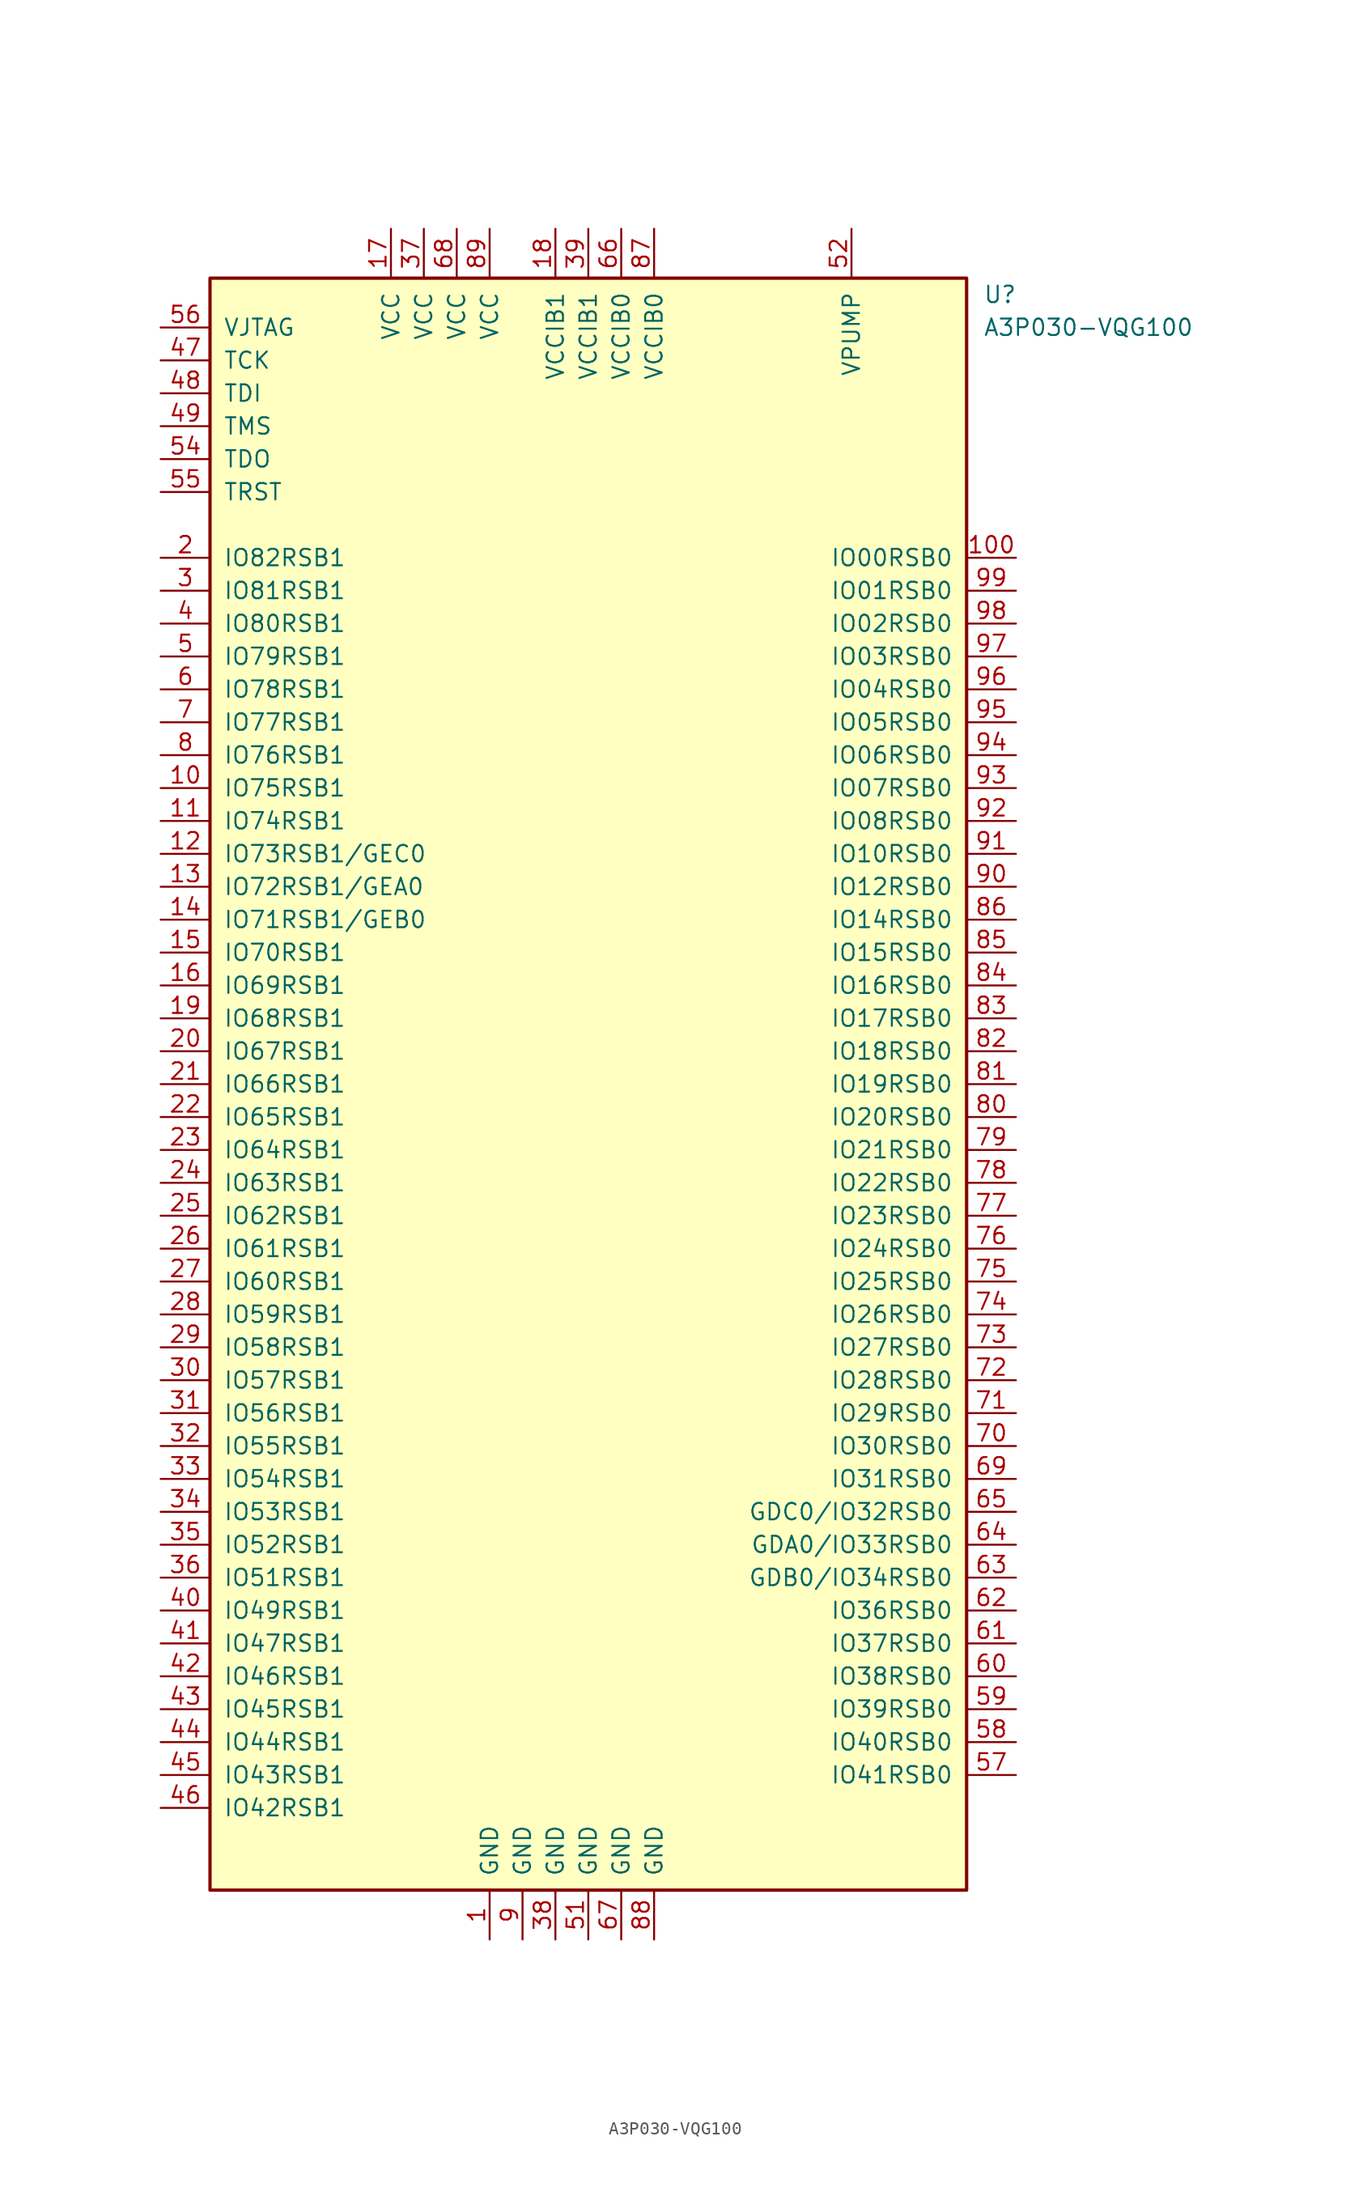
<source format=kicad_sym>
(kicad_symbol_lib
  (version 20211014)
  (generator kicad_symbol_editor)
  (symbol "A3P030-VQG100"
    (pin_names
      (offset 1.016))
    (property "Reference" "U"
      (at 30.48 60.96 0)
      (effects (font (size 1.27 1.27)) (justify left)))
    (property "Value" "A3P030-VQG100"
      (at 30.48 58.42 0)
      (effects (font (size 1.27 1.27)) (justify left)))
    (symbol "A3P030-VQG100_0_1"
      (rectangle (start -29.21 62.23) (end 29.21 -62.23) (stroke (width 0.254) (type default) (color 0 0 0 0)) (fill (type background))))
    (symbol "A3P030-VQG100_1_1"
      (pin power_in line (at -7.62 -66.04 90) (length 3.81) (name "GND" (effects (font (size 1.27 1.27)))) (number "1" (effects (font (size 1.27 1.27)))))
      (pin bidirectional line (at -33.02 22.86 0) (length 3.81) (name "IO75RSB1" (effects (font (size 1.27 1.27)))) (number "10" (effects (font (size 1.27 1.27)))))
      (pin bidirectional line (at 33.02 40.64 180) (length 3.81) (name "IO00RSB0" (effects (font (size 1.27 1.27)))) (number "100" (effects (font (size 1.27 1.27)))))
      (pin bidirectional line (at -33.02 20.32 0) (length 3.81) (name "IO74RSB1" (effects (font (size 1.27 1.27)))) (number "11" (effects (font (size 1.27 1.27)))))
      (pin bidirectional line (at -33.02 17.78 0) (length 3.81) (name "IO73RSB1/GEC0" (effects (font (size 1.27 1.27)))) (number "12" (effects (font (size 1.27 1.27)))))
      (pin bidirectional line (at -33.02 15.24 0) (length 3.81) (name "IO72RSB1/GEA0" (effects (font (size 1.27 1.27)))) (number "13" (effects (font (size 1.27 1.27)))))
      (pin bidirectional line (at -33.02 12.7 0) (length 3.81) (name "IO71RSB1/GEB0" (effects (font (size 1.27 1.27)))) (number "14" (effects (font (size 1.27 1.27)))))
      (pin bidirectional line (at -33.02 10.16 0) (length 3.81) (name "IO70RSB1" (effects (font (size 1.27 1.27)))) (number "15" (effects (font (size 1.27 1.27)))))
      (pin bidirectional line (at -33.02 7.62 0) (length 3.81) (name "IO69RSB1" (effects (font (size 1.27 1.27)))) (number "16" (effects (font (size 1.27 1.27)))))
      (pin power_in line (at -15.24 66.04 270) (length 3.81) (name "VCC" (effects (font (size 1.27 1.27)))) (number "17" (effects (font (size 1.27 1.27)))))
      (pin power_in line (at -2.54 66.04 270) (length 3.81) (name "VCCIB1" (effects (font (size 1.27 1.27)))) (number "18" (effects (font (size 1.27 1.27)))))
      (pin bidirectional line (at -33.02 5.08 0) (length 3.81) (name "IO68RSB1" (effects (font (size 1.27 1.27)))) (number "19" (effects (font (size 1.27 1.27)))))
      (pin bidirectional line (at -33.02 40.64 0) (length 3.81) (name "IO82RSB1" (effects (font (size 1.27 1.27)))) (number "2" (effects (font (size 1.27 1.27)))))
      (pin bidirectional line (at -33.02 2.54 0) (length 3.81) (name "IO67RSB1" (effects (font (size 1.27 1.27)))) (number "20" (effects (font (size 1.27 1.27)))))
      (pin bidirectional line (at -33.02 0 0) (length 3.81) (name "IO66RSB1" (effects (font (size 1.27 1.27)))) (number "21" (effects (font (size 1.27 1.27)))))
      (pin bidirectional line (at -33.02 -2.54 0) (length 3.81) (name "IO65RSB1" (effects (font (size 1.27 1.27)))) (number "22" (effects (font (size 1.27 1.27)))))
      (pin bidirectional line (at -33.02 -5.08 0) (length 3.81) (name "IO64RSB1" (effects (font (size 1.27 1.27)))) (number "23" (effects (font (size 1.27 1.27)))))
      (pin bidirectional line (at -33.02 -7.62 0) (length 3.81) (name "IO63RSB1" (effects (font (size 1.27 1.27)))) (number "24" (effects (font (size 1.27 1.27)))))
      (pin bidirectional line (at -33.02 -10.16 0) (length 3.81) (name "IO62RSB1" (effects (font (size 1.27 1.27)))) (number "25" (effects (font (size 1.27 1.27)))))
      (pin bidirectional line (at -33.02 -12.7 0) (length 3.81) (name "IO61RSB1" (effects (font (size 1.27 1.27)))) (number "26" (effects (font (size 1.27 1.27)))))
      (pin bidirectional line (at -33.02 -15.24 0) (length 3.81) (name "IO60RSB1" (effects (font (size 1.27 1.27)))) (number "27" (effects (font (size 1.27 1.27)))))
      (pin bidirectional line (at -33.02 -17.78 0) (length 3.81) (name "IO59RSB1" (effects (font (size 1.27 1.27)))) (number "28" (effects (font (size 1.27 1.27)))))
      (pin bidirectional line (at -33.02 -20.32 0) (length 3.81) (name "IO58RSB1" (effects (font (size 1.27 1.27)))) (number "29" (effects (font (size 1.27 1.27)))))
      (pin bidirectional line (at -33.02 38.1 0) (length 3.81) (name "IO81RSB1" (effects (font (size 1.27 1.27)))) (number "3" (effects (font (size 1.27 1.27)))))
      (pin bidirectional line (at -33.02 -22.86 0) (length 3.81) (name "IO57RSB1" (effects (font (size 1.27 1.27)))) (number "30" (effects (font (size 1.27 1.27)))))
      (pin bidirectional line (at -33.02 -25.4 0) (length 3.81) (name "IO56RSB1" (effects (font (size 1.27 1.27)))) (number "31" (effects (font (size 1.27 1.27)))))
      (pin bidirectional line (at -33.02 -27.94 0) (length 3.81) (name "IO55RSB1" (effects (font (size 1.27 1.27)))) (number "32" (effects (font (size 1.27 1.27)))))
      (pin bidirectional line (at -33.02 -30.48 0) (length 3.81) (name "IO54RSB1" (effects (font (size 1.27 1.27)))) (number "33" (effects (font (size 1.27 1.27)))))
      (pin bidirectional line (at -33.02 -33.02 0) (length 3.81) (name "IO53RSB1" (effects (font (size 1.27 1.27)))) (number "34" (effects (font (size 1.27 1.27)))))
      (pin bidirectional line (at -33.02 -35.56 0) (length 3.81) (name "IO52RSB1" (effects (font (size 1.27 1.27)))) (number "35" (effects (font (size 1.27 1.27)))))
      (pin bidirectional line (at -33.02 -38.1 0) (length 3.81) (name "IO51RSB1" (effects (font (size 1.27 1.27)))) (number "36" (effects (font (size 1.27 1.27)))))
      (pin power_in line (at -12.7 66.04 270) (length 3.81) (name "VCC" (effects (font (size 1.27 1.27)))) (number "37" (effects (font (size 1.27 1.27)))))
      (pin power_in line (at -2.54 -66.04 90) (length 3.81) (name "GND" (effects (font (size 1.27 1.27)))) (number "38" (effects (font (size 1.27 1.27)))))
      (pin power_in line (at 0 66.04 270) (length 3.81) (name "VCCIB1" (effects (font (size 1.27 1.27)))) (number "39" (effects (font (size 1.27 1.27)))))
      (pin bidirectional line (at -33.02 35.56 0) (length 3.81) (name "IO80RSB1" (effects (font (size 1.27 1.27)))) (number "4" (effects (font (size 1.27 1.27)))))
      (pin bidirectional line (at -33.02 -40.64 0) (length 3.81) (name "IO49RSB1" (effects (font (size 1.27 1.27)))) (number "40" (effects (font (size 1.27 1.27)))))
      (pin bidirectional line (at -33.02 -43.18 0) (length 3.81) (name "IO47RSB1" (effects (font (size 1.27 1.27)))) (number "41" (effects (font (size 1.27 1.27)))))
      (pin bidirectional line (at -33.02 -45.72 0) (length 3.81) (name "IO46RSB1" (effects (font (size 1.27 1.27)))) (number "42" (effects (font (size 1.27 1.27)))))
      (pin bidirectional line (at -33.02 -48.26 0) (length 3.81) (name "IO45RSB1" (effects (font (size 1.27 1.27)))) (number "43" (effects (font (size 1.27 1.27)))))
      (pin bidirectional line (at -33.02 -50.8 0) (length 3.81) (name "IO44RSB1" (effects (font (size 1.27 1.27)))) (number "44" (effects (font (size 1.27 1.27)))))
      (pin bidirectional line (at -33.02 -53.34 0) (length 3.81) (name "IO43RSB1" (effects (font (size 1.27 1.27)))) (number "45" (effects (font (size 1.27 1.27)))))
      (pin bidirectional line (at -33.02 -55.88 0) (length 3.81) (name "IO42RSB1" (effects (font (size 1.27 1.27)))) (number "46" (effects (font (size 1.27 1.27)))))
      (pin bidirectional line (at -33.02 55.88 0) (length 3.81) (name "TCK" (effects (font (size 1.27 1.27)))) (number "47" (effects (font (size 1.27 1.27)))))
      (pin bidirectional line (at -33.02 53.34 0) (length 3.81) (name "TDI" (effects (font (size 1.27 1.27)))) (number "48" (effects (font (size 1.27 1.27)))))
      (pin bidirectional line (at -33.02 50.8 0) (length 3.81) (name "TMS" (effects (font (size 1.27 1.27)))) (number "49" (effects (font (size 1.27 1.27)))))
      (pin bidirectional line (at -33.02 33.02 0) (length 3.81) (name "IO79RSB1" (effects (font (size 1.27 1.27)))) (number "5" (effects (font (size 1.27 1.27)))))
      (pin power_in line (at 0 -66.04 90) (length 3.81) (name "GND" (effects (font (size 1.27 1.27)))) (number "51" (effects (font (size 1.27 1.27)))))
      (pin power_in line (at 20.32 66.04 270) (length 3.81) (name "VPUMP" (effects (font (size 1.27 1.27)))) (number "52" (effects (font (size 1.27 1.27)))))
      (pin bidirectional line (at -33.02 48.26 0) (length 3.81) (name "TDO" (effects (font (size 1.27 1.27)))) (number "54" (effects (font (size 1.27 1.27)))))
      (pin bidirectional line (at -33.02 45.72 0) (length 3.81) (name "TRST" (effects (font (size 1.27 1.27)))) (number "55" (effects (font (size 1.27 1.27)))))
      (pin bidirectional line (at -33.02 58.42 0) (length 3.81) (name "VJTAG" (effects (font (size 1.27 1.27)))) (number "56" (effects (font (size 1.27 1.27)))))
      (pin bidirectional line (at 33.02 -53.34 180) (length 3.81) (name "IO41RSB0" (effects (font (size 1.27 1.27)))) (number "57" (effects (font (size 1.27 1.27)))))
      (pin bidirectional line (at 33.02 -50.8 180) (length 3.81) (name "IO40RSB0" (effects (font (size 1.27 1.27)))) (number "58" (effects (font (size 1.27 1.27)))))
      (pin bidirectional line (at 33.02 -48.26 180) (length 3.81) (name "IO39RSB0" (effects (font (size 1.27 1.27)))) (number "59" (effects (font (size 1.27 1.27)))))
      (pin bidirectional line (at -33.02 30.48 0) (length 3.81) (name "IO78RSB1" (effects (font (size 1.27 1.27)))) (number "6" (effects (font (size 1.27 1.27)))))
      (pin bidirectional line (at 33.02 -45.72 180) (length 3.81) (name "IO38RSB0" (effects (font (size 1.27 1.27)))) (number "60" (effects (font (size 1.27 1.27)))))
      (pin bidirectional line (at 33.02 -43.18 180) (length 3.81) (name "IO37RSB0" (effects (font (size 1.27 1.27)))) (number "61" (effects (font (size 1.27 1.27)))))
      (pin bidirectional line (at 33.02 -40.64 180) (length 3.81) (name "IO36RSB0" (effects (font (size 1.27 1.27)))) (number "62" (effects (font (size 1.27 1.27)))))
      (pin bidirectional line (at 33.02 -38.1 180) (length 3.81) (name "GDB0/IO34RSB0" (effects (font (size 1.27 1.27)))) (number "63" (effects (font (size 1.27 1.27)))))
      (pin bidirectional line (at 33.02 -35.56 180) (length 3.81) (name "GDA0/IO33RSB0" (effects (font (size 1.27 1.27)))) (number "64" (effects (font (size 1.27 1.27)))))
      (pin bidirectional line (at 33.02 -33.02 180) (length 3.81) (name "GDC0/IO32RSB0" (effects (font (size 1.27 1.27)))) (number "65" (effects (font (size 1.27 1.27)))))
      (pin power_in line (at 2.54 66.04 270) (length 3.81) (name "VCCIB0" (effects (font (size 1.27 1.27)))) (number "66" (effects (font (size 1.27 1.27)))))
      (pin power_in line (at 2.54 -66.04 90) (length 3.81) (name "GND" (effects (font (size 1.27 1.27)))) (number "67" (effects (font (size 1.27 1.27)))))
      (pin power_in line (at -10.16 66.04 270) (length 3.81) (name "VCC" (effects (font (size 1.27 1.27)))) (number "68" (effects (font (size 1.27 1.27)))))
      (pin bidirectional line (at 33.02 -30.48 180) (length 3.81) (name "IO31RSB0" (effects (font (size 1.27 1.27)))) (number "69" (effects (font (size 1.27 1.27)))))
      (pin input line (at -33.02 27.94 0) (length 3.81) (name "IO77RSB1" (effects (font (size 1.27 1.27)))) (number "7" (effects (font (size 1.27 1.27)))))
      (pin bidirectional line (at 33.02 -27.94 180) (length 3.81) (name "IO30RSB0" (effects (font (size 1.27 1.27)))) (number "70" (effects (font (size 1.27 1.27)))))
      (pin bidirectional line (at 33.02 -25.4 180) (length 3.81) (name "IO29RSB0" (effects (font (size 1.27 1.27)))) (number "71" (effects (font (size 1.27 1.27)))))
      (pin bidirectional line (at 33.02 -22.86 180) (length 3.81) (name "IO28RSB0" (effects (font (size 1.27 1.27)))) (number "72" (effects (font (size 1.27 1.27)))))
      (pin bidirectional line (at 33.02 -20.32 180) (length 3.81) (name "IO27RSB0" (effects (font (size 1.27 1.27)))) (number "73" (effects (font (size 1.27 1.27)))))
      (pin bidirectional line (at 33.02 -17.78 180) (length 3.81) (name "IO26RSB0" (effects (font (size 1.27 1.27)))) (number "74" (effects (font (size 1.27 1.27)))))
      (pin bidirectional line (at 33.02 -15.24 180) (length 3.81) (name "IO25RSB0" (effects (font (size 1.27 1.27)))) (number "75" (effects (font (size 1.27 1.27)))))
      (pin bidirectional line (at 33.02 -12.7 180) (length 3.81) (name "IO24RSB0" (effects (font (size 1.27 1.27)))) (number "76" (effects (font (size 1.27 1.27)))))
      (pin bidirectional line (at 33.02 -10.16 180) (length 3.81) (name "IO23RSB0" (effects (font (size 1.27 1.27)))) (number "77" (effects (font (size 1.27 1.27)))))
      (pin bidirectional line (at 33.02 -7.62 180) (length 3.81) (name "IO22RSB0" (effects (font (size 1.27 1.27)))) (number "78" (effects (font (size 1.27 1.27)))))
      (pin bidirectional line (at 33.02 -5.08 180) (length 3.81) (name "IO21RSB0" (effects (font (size 1.27 1.27)))) (number "79" (effects (font (size 1.27 1.27)))))
      (pin bidirectional line (at -33.02 25.4 0) (length 3.81) (name "IO76RSB1" (effects (font (size 1.27 1.27)))) (number "8" (effects (font (size 1.27 1.27)))))
      (pin bidirectional line (at 33.02 -2.54 180) (length 3.81) (name "IO20RSB0" (effects (font (size 1.27 1.27)))) (number "80" (effects (font (size 1.27 1.27)))))
      (pin bidirectional line (at 33.02 0 180) (length 3.81) (name "IO19RSB0" (effects (font (size 1.27 1.27)))) (number "81" (effects (font (size 1.27 1.27)))))
      (pin bidirectional line (at 33.02 2.54 180) (length 3.81) (name "IO18RSB0" (effects (font (size 1.27 1.27)))) (number "82" (effects (font (size 1.27 1.27)))))
      (pin bidirectional line (at 33.02 5.08 180) (length 3.81) (name "IO17RSB0" (effects (font (size 1.27 1.27)))) (number "83" (effects (font (size 1.27 1.27)))))
      (pin bidirectional line (at 33.02 7.62 180) (length 3.81) (name "IO16RSB0" (effects (font (size 1.27 1.27)))) (number "84" (effects (font (size 1.27 1.27)))))
      (pin bidirectional line (at 33.02 10.16 180) (length 3.81) (name "IO15RSB0" (effects (font (size 1.27 1.27)))) (number "85" (effects (font (size 1.27 1.27)))))
      (pin bidirectional line (at 33.02 12.7 180) (length 3.81) (name "IO14RSB0" (effects (font (size 1.27 1.27)))) (number "86" (effects (font (size 1.27 1.27)))))
      (pin power_in line (at 5.08 66.04 270) (length 3.81) (name "VCCIB0" (effects (font (size 1.27 1.27)))) (number "87" (effects (font (size 1.27 1.27)))))
      (pin power_in line (at 5.08 -66.04 90) (length 3.81) (name "GND" (effects (font (size 1.27 1.27)))) (number "88" (effects (font (size 1.27 1.27)))))
      (pin power_in line (at -7.62 66.04 270) (length 3.81) (name "VCC" (effects (font (size 1.27 1.27)))) (number "89" (effects (font (size 1.27 1.27)))))
      (pin power_in line (at -5.08 -66.04 90) (length 3.81) (name "GND" (effects (font (size 1.27 1.27)))) (number "9" (effects (font (size 1.27 1.27)))))
      (pin input line (at 33.02 15.24 180) (length 3.81) (name "IO12RSB0" (effects (font (size 1.27 1.27)))) (number "90" (effects (font (size 1.27 1.27)))))
      (pin bidirectional line (at 33.02 17.78 180) (length 3.81) (name "IO10RSB0" (effects (font (size 1.27 1.27)))) (number "91" (effects (font (size 1.27 1.27)))))
      (pin bidirectional line (at 33.02 20.32 180) (length 3.81) (name "IO08RSB0" (effects (font (size 1.27 1.27)))) (number "92" (effects (font (size 1.27 1.27)))))
      (pin bidirectional line (at 33.02 22.86 180) (length 3.81) (name "IO07RSB0" (effects (font (size 1.27 1.27)))) (number "93" (effects (font (size 1.27 1.27)))))
      (pin bidirectional line (at 33.02 25.4 180) (length 3.81) (name "IO06RSB0" (effects (font (size 1.27 1.27)))) (number "94" (effects (font (size 1.27 1.27)))))
      (pin bidirectional line (at 33.02 27.94 180) (length 3.81) (name "IO05RSB0" (effects (font (size 1.27 1.27)))) (number "95" (effects (font (size 1.27 1.27)))))
      (pin bidirectional line (at 33.02 30.48 180) (length 3.81) (name "IO04RSB0" (effects (font (size 1.27 1.27)))) (number "96" (effects (font (size 1.27 1.27)))))
      (pin bidirectional line (at 33.02 33.02 180) (length 3.81) (name "IO03RSB0" (effects (font (size 1.27 1.27)))) (number "97" (effects (font (size 1.27 1.27)))))
      (pin bidirectional line (at 33.02 35.56 180) (length 3.81) (name "IO02RSB0" (effects (font (size 1.27 1.27)))) (number "98" (effects (font (size 1.27 1.27)))))
      (pin bidirectional line (at 33.02 38.1 180) (length 3.81) (name "IO01RSB0" (effects (font (size 1.27 1.27)))) (number "99" (effects (font (size 1.27 1.27))))))))
</source>
